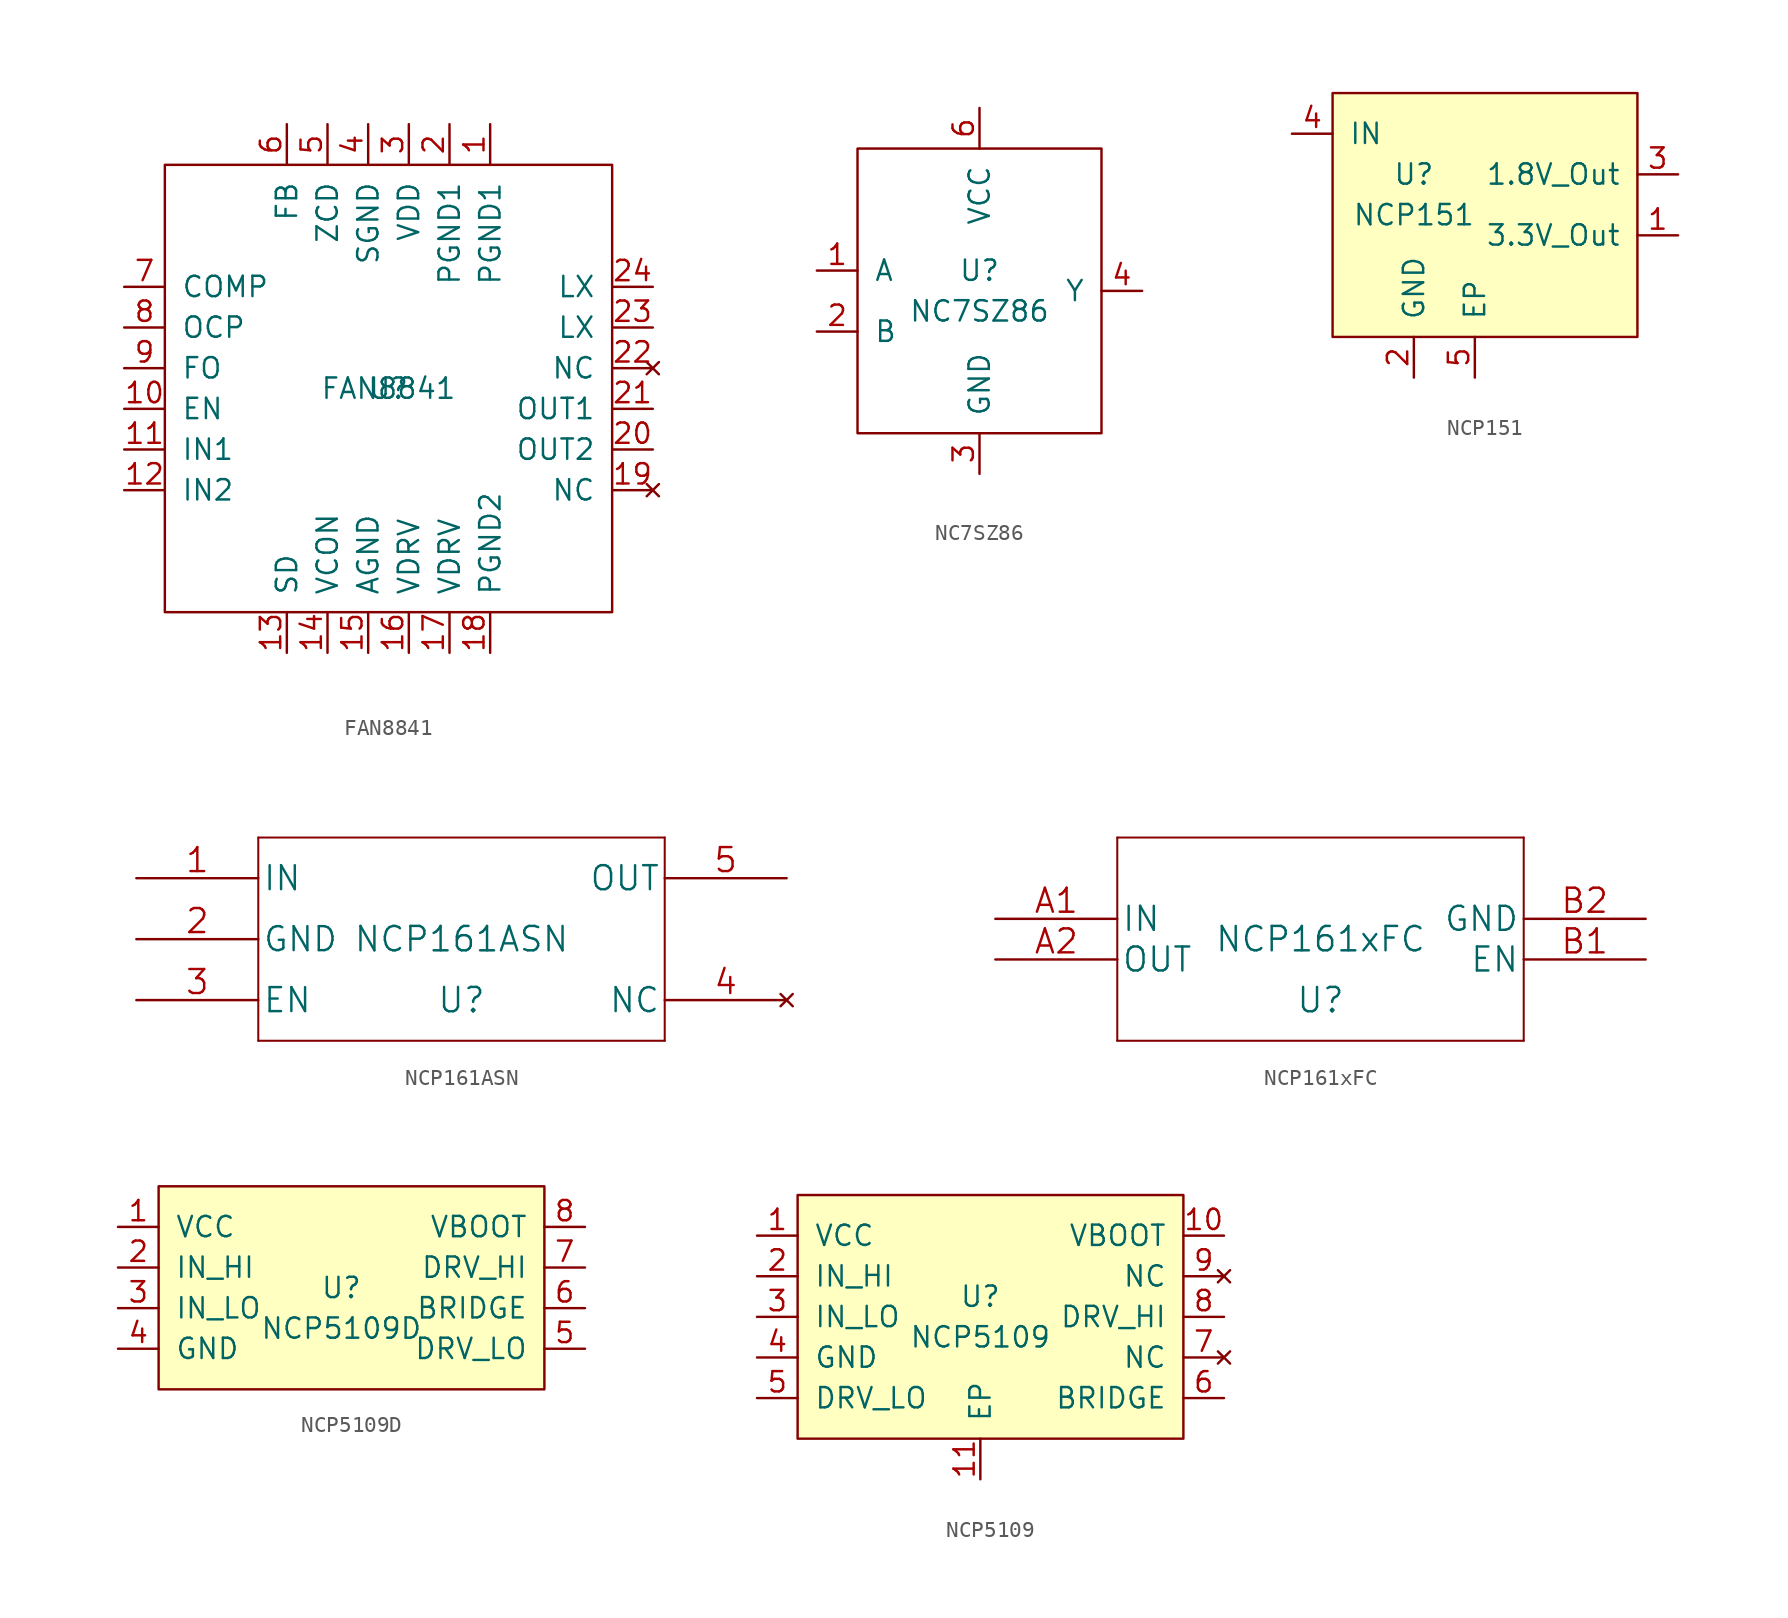
<source format=kicad_sym>
(kicad_symbol_lib
  (version 20220914)
  (generator kicad_symbol_editor)
  (symbol "FAN8841"
    (pin_names
      (offset 1.016))
    (property "Reference" "U"
      (at 0 0 0)
      (effects (font (size 1.27 1.27))))
    (property "Value" "FAN8841"
      (at 0 0 0)
      (effects (font (size 1.27 1.27))))
    (symbol "FAN8841_0_1"
      (rectangle (start -13.97 13.97) (end 13.97 -13.97) (stroke (width 0) (type solid)) (fill (type none))))
    (symbol "FAN8841_1_1"
      (pin power_in line (at 6.35 16.51 270) (length 2.54) (name "PGND1" (effects (font (size 1.27 1.27)))) (number "1" (effects (font (size 1.27 1.27)))))
      (pin input line (at -16.51 -1.27 0) (length 2.54) (name "EN" (effects (font (size 1.27 1.27)))) (number "10" (effects (font (size 1.27 1.27)))))
      (pin input line (at -16.51 -3.81 0) (length 2.54) (name "IN1" (effects (font (size 1.27 1.27)))) (number "11" (effects (font (size 1.27 1.27)))))
      (pin input line (at -16.51 -6.35 0) (length 2.54) (name "IN2" (effects (font (size 1.27 1.27)))) (number "12" (effects (font (size 1.27 1.27)))))
      (pin input line (at -6.35 -16.51 90) (length 2.54) (name "SD" (effects (font (size 1.27 1.27)))) (number "13" (effects (font (size 1.27 1.27)))))
      (pin input line (at -3.81 -16.51 90) (length 2.54) (name "VCON" (effects (font (size 1.27 1.27)))) (number "14" (effects (font (size 1.27 1.27)))))
      (pin input line (at -1.27 -16.51 90) (length 2.54) (name "AGND" (effects (font (size 1.27 1.27)))) (number "15" (effects (font (size 1.27 1.27)))))
      (pin power_in line (at 1.27 -16.51 90) (length 2.54) (name "VDRV" (effects (font (size 1.27 1.27)))) (number "16" (effects (font (size 1.27 1.27)))))
      (pin power_in line (at 3.81 -16.51 90) (length 2.54) (name "VDRV" (effects (font (size 1.27 1.27)))) (number "17" (effects (font (size 1.27 1.27)))))
      (pin power_in line (at 6.35 -16.51 90) (length 2.54) (name "PGND2" (effects (font (size 1.27 1.27)))) (number "18" (effects (font (size 1.27 1.27)))))
      (pin no_connect line (at 16.51 -6.35 180) (length 2.54) (name "NC" (effects (font (size 1.27 1.27)))) (number "19" (effects (font (size 1.27 1.27)))))
      (pin power_in line (at 3.81 16.51 270) (length 2.54) (name "PGND1" (effects (font (size 1.27 1.27)))) (number "2" (effects (font (size 1.27 1.27)))))
      (pin output line (at 16.51 -3.81 180) (length 2.54) (name "OUT2" (effects (font (size 1.27 1.27)))) (number "20" (effects (font (size 1.27 1.27)))))
      (pin output line (at 16.51 -1.27 180) (length 2.54) (name "OUT1" (effects (font (size 1.27 1.27)))) (number "21" (effects (font (size 1.27 1.27)))))
      (pin no_connect line (at 16.51 1.27 180) (length 2.54) (name "NC" (effects (font (size 1.27 1.27)))) (number "22" (effects (font (size 1.27 1.27)))))
      (pin input line (at 16.51 3.81 180) (length 2.54) (name "LX" (effects (font (size 1.27 1.27)))) (number "23" (effects (font (size 1.27 1.27)))))
      (pin input line (at 16.51 6.35 180) (length 2.54) (name "LX" (effects (font (size 1.27 1.27)))) (number "24" (effects (font (size 1.27 1.27)))))
      (pin input line (at 6.35 -16.51 90) (length 2.54) hide (name "EP" (effects (font (size 1.27 1.27)))) (number "25" (effects (font (size 1.27 1.27)))))
      (pin power_in line (at 1.27 16.51 270) (length 2.54) (name "VDD" (effects (font (size 1.27 1.27)))) (number "3" (effects (font (size 1.27 1.27)))))
      (pin power_in line (at -1.27 16.51 270) (length 2.54) (name "SGND" (effects (font (size 1.27 1.27)))) (number "4" (effects (font (size 1.27 1.27)))))
      (pin input line (at -3.81 16.51 270) (length 2.54) (name "ZCD" (effects (font (size 1.27 1.27)))) (number "5" (effects (font (size 1.27 1.27)))))
      (pin input line (at -6.35 16.51 270) (length 2.54) (name "FB" (effects (font (size 1.27 1.27)))) (number "6" (effects (font (size 1.27 1.27)))))
      (pin output line (at -16.51 6.35 0) (length 2.54) (name "COMP" (effects (font (size 1.27 1.27)))) (number "7" (effects (font (size 1.27 1.27)))))
      (pin input line (at -16.51 3.81 0) (length 2.54) (name "OCP" (effects (font (size 1.27 1.27)))) (number "8" (effects (font (size 1.27 1.27)))))
      (pin output line (at -16.51 1.27 0) (length 2.54) (name "FO" (effects (font (size 1.27 1.27)))) (number "9" (effects (font (size 1.27 1.27)))))))
  (symbol "NC7SZ86"
    (pin_names
      (offset 1.016))
    (property "Reference" "U"
      (at 0 1.27 0)
      (effects (font (size 1.27 1.27))))
    (property "Value" "NC7SZ86"
      (at 0 -1.27 0)
      (effects (font (size 1.27 1.27))))
    (symbol "NC7SZ86_0_1"
      (rectangle (start -7.62 8.89) (end 7.62 -8.89) (stroke (width 0) (type solid)) (fill (type none))))
    (symbol "NC7SZ86_1_1"
      (pin input line (at -10.16 1.27 0) (length 2.54) (name "A" (effects (font (size 1.27 1.27)))) (number "1" (effects (font (size 1.27 1.27)))))
      (pin input line (at -10.16 -2.54 0) (length 2.54) (name "B" (effects (font (size 1.27 1.27)))) (number "2" (effects (font (size 1.27 1.27)))))
      (pin power_in line (at 0 -11.43 90) (length 2.54) (name "GND" (effects (font (size 1.27 1.27)))) (number "3" (effects (font (size 1.27 1.27)))))
      (pin input line (at 10.16 0 180) (length 2.54) (name "Y" (effects (font (size 1.27 1.27)))) (number "4" (effects (font (size 1.27 1.27)))))
      (pin no_connect line (at -2.54 11.43 270) (length 2.54) hide (name "NC" (effects (font (size 1.27 1.27)))) (number "5" (effects (font (size 1.27 1.27)))))
      (pin power_in line (at 0 11.43 270) (length 2.54) (name "VCC" (effects (font (size 1.27 1.27)))) (number "6" (effects (font (size 1.27 1.27)))))))
  (symbol "NCP151"
    (pin_names
      (offset 1.016))
    (property "Reference" "U"
      (at 0 1.27 0)
      (effects (font (size 1.27 1.27))))
    (property "Value" "NCP151"
      (at 0 -1.27 0)
      (effects (font (size 1.27 1.27))))
    (symbol "NCP151_0_1"
      (rectangle (start -5.08 6.35) (end 13.97 -8.89) (stroke (width 0) (type solid)) (fill (type background))))
    (symbol "NCP151_1_1"
      (pin power_in line (at 16.51 -2.54 180) (length 2.54) (name "3.3V_Out" (effects (font (size 1.27 1.27)))) (number "1" (effects (font (size 1.27 1.27)))))
      (pin power_in line (at 0 -11.43 90) (length 2.54) (name "GND" (effects (font (size 1.27 1.27)))) (number "2" (effects (font (size 1.27 1.27)))))
      (pin power_in line (at 16.51 1.27 180) (length 2.54) (name "1.8V_Out" (effects (font (size 1.27 1.27)))) (number "3" (effects (font (size 1.27 1.27)))))
      (pin power_in line (at -7.62 3.81 0) (length 2.54) (name "IN" (effects (font (size 1.27 1.27)))) (number "4" (effects (font (size 1.27 1.27)))))
      (pin passive line (at 3.81 -11.43 90) (length 2.54) (name "EP" (effects (font (size 1.27 1.27)))) (number "5" (effects (font (size 1.27 1.27)))))))
  (symbol "NCP161ASN"
    (pin_names
      (offset 0.254))
    (property "Reference" "U"
      (at 0 -3.81 0)
      (effects (font (size 1.524 1.524))))
    (property "Value" "NCP161ASN"
      (at 0 0 0)
      (effects (font (size 1.524 1.524))))
    (property "Datasheet" ""
      (at -20.32 3.81 0)
      (effects (font (size 1.524 1.524))))
    (symbol "NCP161ASN_1_1"
      (polyline (pts (xy -12.7 -6.35) (xy 12.7 -6.35)) (stroke (width 0.127) (type solid)) (fill (type none)))
      (polyline (pts (xy -12.7 6.35) (xy -12.7 -6.35)) (stroke (width 0.127) (type solid)) (fill (type none)))
      (polyline (pts (xy 12.7 -6.35) (xy 12.7 6.35)) (stroke (width 0.127) (type solid)) (fill (type none)))
      (polyline (pts (xy 12.7 6.35) (xy -12.7 6.35)) (stroke (width 0.127) (type solid)) (fill (type none)))
      (pin unspecified line (at -20.32 3.81 0) (length 7.62) (name "IN" (effects (font (size 1.499 1.499)))) (number "1" (effects (font (size 1.499 1.499)))))
      (pin power_in line (at -20.32 0 0) (length 7.62) (name "GND" (effects (font (size 1.499 1.499)))) (number "2" (effects (font (size 1.499 1.499)))))
      (pin unspecified line (at -20.32 -3.81 0) (length 7.62) (name "EN" (effects (font (size 1.499 1.499)))) (number "3" (effects (font (size 1.499 1.499)))))
      (pin no_connect line (at 20.32 -3.81 180) (length 7.62) (name "NC" (effects (font (size 1.499 1.499)))) (number "4" (effects (font (size 1.499 1.499)))))
      (pin output line (at 20.32 3.81 180) (length 7.62) (name "OUT" (effects (font (size 1.499 1.499)))) (number "5" (effects (font (size 1.499 1.499)))))))
  (symbol "NCP161xFC"
    (pin_names
      (offset 0.254))
    (property "Reference" "U"
      (at 0 -3.81 0)
      (effects (font (size 1.524 1.524))))
    (property "Value" "NCP161xFC"
      (at 0 0 0)
      (effects (font (size 1.524 1.524))))
    (property "Datasheet" ""
      (at -20.32 1.27 0)
      (effects (font (size 1.524 1.524))))
    (symbol "NCP161xFC_1_1"
      (polyline (pts (xy -12.7 -6.35) (xy 12.7 -6.35)) (stroke (width 0.127) (type solid)) (fill (type none)))
      (polyline (pts (xy -12.7 6.35) (xy -12.7 -6.35)) (stroke (width 0.127) (type solid)) (fill (type none)))
      (polyline (pts (xy 12.7 -6.35) (xy 12.7 6.35)) (stroke (width 0.127) (type solid)) (fill (type none)))
      (polyline (pts (xy 12.7 6.35) (xy -12.7 6.35)) (stroke (width 0.127) (type solid)) (fill (type none)))
      (pin unspecified line (at -20.32 1.27 0) (length 7.62) (name "IN" (effects (font (size 1.499 1.499)))) (number "A1" (effects (font (size 1.499 1.499)))))
      (pin output line (at -20.32 -1.27 0) (length 7.62) (name "OUT" (effects (font (size 1.499 1.499)))) (number "A2" (effects (font (size 1.499 1.499)))))
      (pin unspecified line (at 20.32 -1.27 180) (length 7.62) (name "EN" (effects (font (size 1.499 1.499)))) (number "B1" (effects (font (size 1.499 1.499)))))
      (pin power_in line (at 20.32 1.27 180) (length 7.62) (name "GND" (effects (font (size 1.499 1.499)))) (number "B2" (effects (font (size 1.499 1.499)))))))
  (symbol "NCP5109D"
    (pin_names
      (offset 1.016))
    (property "Reference" "U"
      (at 0 1.27 0)
      (effects (font (size 1.27 1.27))))
    (property "Value" "NCP5109D"
      (at 0 -1.27 0)
      (effects (font (size 1.27 1.27))))
    (symbol "NCP5109D_0_1"
      (rectangle (start -11.43 7.62) (end 12.7 -5.08) (stroke (width 0) (type solid)) (fill (type background))))
    (symbol "NCP5109D_1_1"
      (pin power_in line (at -13.97 5.08 0) (length 2.54) (name "VCC" (effects (font (size 1.27 1.27)))) (number "1" (effects (font (size 1.27 1.27)))))
      (pin input line (at -13.97 2.54 0) (length 2.54) (name "IN_HI" (effects (font (size 1.27 1.27)))) (number "2" (effects (font (size 1.27 1.27)))))
      (pin input line (at -13.97 0 0) (length 2.54) (name "IN_LO" (effects (font (size 1.27 1.27)))) (number "3" (effects (font (size 1.27 1.27)))))
      (pin power_in line (at -13.97 -2.54 0) (length 2.54) (name "GND" (effects (font (size 1.27 1.27)))) (number "4" (effects (font (size 1.27 1.27)))))
      (pin output line (at 15.24 -2.54 180) (length 2.54) (name "DRV_LO" (effects (font (size 1.27 1.27)))) (number "5" (effects (font (size 1.27 1.27)))))
      (pin output line (at 15.24 0 180) (length 2.54) (name "BRIDGE" (effects (font (size 1.27 1.27)))) (number "6" (effects (font (size 1.27 1.27)))))
      (pin output line (at 15.24 2.54 180) (length 2.54) (name "DRV_HI" (effects (font (size 1.27 1.27)))) (number "7" (effects (font (size 1.27 1.27)))))
      (pin output line (at 15.24 5.08 180) (length 2.54) (name "VBOOT" (effects (font (size 1.27 1.27)))) (number "8" (effects (font (size 1.27 1.27)))))))
  (symbol "NCP5109"
    (pin_names
      (offset 1.016))
    (property "Reference" "U"
      (at 0 1.27 0)
      (effects (font (size 1.27 1.27))))
    (property "Value" "NCP5109"
      (at 0 -1.27 0)
      (effects (font (size 1.27 1.27))))
    (symbol "NCP5109_0_1"
      (rectangle (start -11.43 7.62) (end 12.7 -7.62) (stroke (width 0) (type solid)) (fill (type background))))
    (symbol "NCP5109_1_1"
      (pin power_in line (at -13.97 5.08 0) (length 2.54) (name "VCC" (effects (font (size 1.27 1.27)))) (number "1" (effects (font (size 1.27 1.27)))))
      (pin output line (at 15.24 5.08 180) (length 2.54) (name "VBOOT" (effects (font (size 1.27 1.27)))) (number "10" (effects (font (size 1.27 1.27)))))
      (pin power_in line (at 0 -10.16 90) (length 2.54) (name "EP" (effects (font (size 1.27 1.27)))) (number "11" (effects (font (size 1.27 1.27)))))
      (pin input line (at -13.97 2.54 0) (length 2.54) (name "IN_HI" (effects (font (size 1.27 1.27)))) (number "2" (effects (font (size 1.27 1.27)))))
      (pin input line (at -13.97 0 0) (length 2.54) (name "IN_LO" (effects (font (size 1.27 1.27)))) (number "3" (effects (font (size 1.27 1.27)))))
      (pin power_in line (at -13.97 -2.54 0) (length 2.54) (name "GND" (effects (font (size 1.27 1.27)))) (number "4" (effects (font (size 1.27 1.27)))))
      (pin output line (at -13.97 -5.08 0) (length 2.54) (name "DRV_LO" (effects (font (size 1.27 1.27)))) (number "5" (effects (font (size 1.27 1.27)))))
      (pin output line (at 15.24 -5.08 180) (length 2.54) (name "BRIDGE" (effects (font (size 1.27 1.27)))) (number "6" (effects (font (size 1.27 1.27)))))
      (pin no_connect line (at 15.24 -2.54 180) (length 2.54) (name "NC" (effects (font (size 1.27 1.27)))) (number "7" (effects (font (size 1.27 1.27)))))
      (pin output line (at 15.24 0 180) (length 2.54) (name "DRV_HI" (effects (font (size 1.27 1.27)))) (number "8" (effects (font (size 1.27 1.27)))))
      (pin no_connect line (at 15.24 2.54 180) (length 2.54) (name "NC" (effects (font (size 1.27 1.27)))) (number "9" (effects (font (size 1.27 1.27))))))))
</source>
